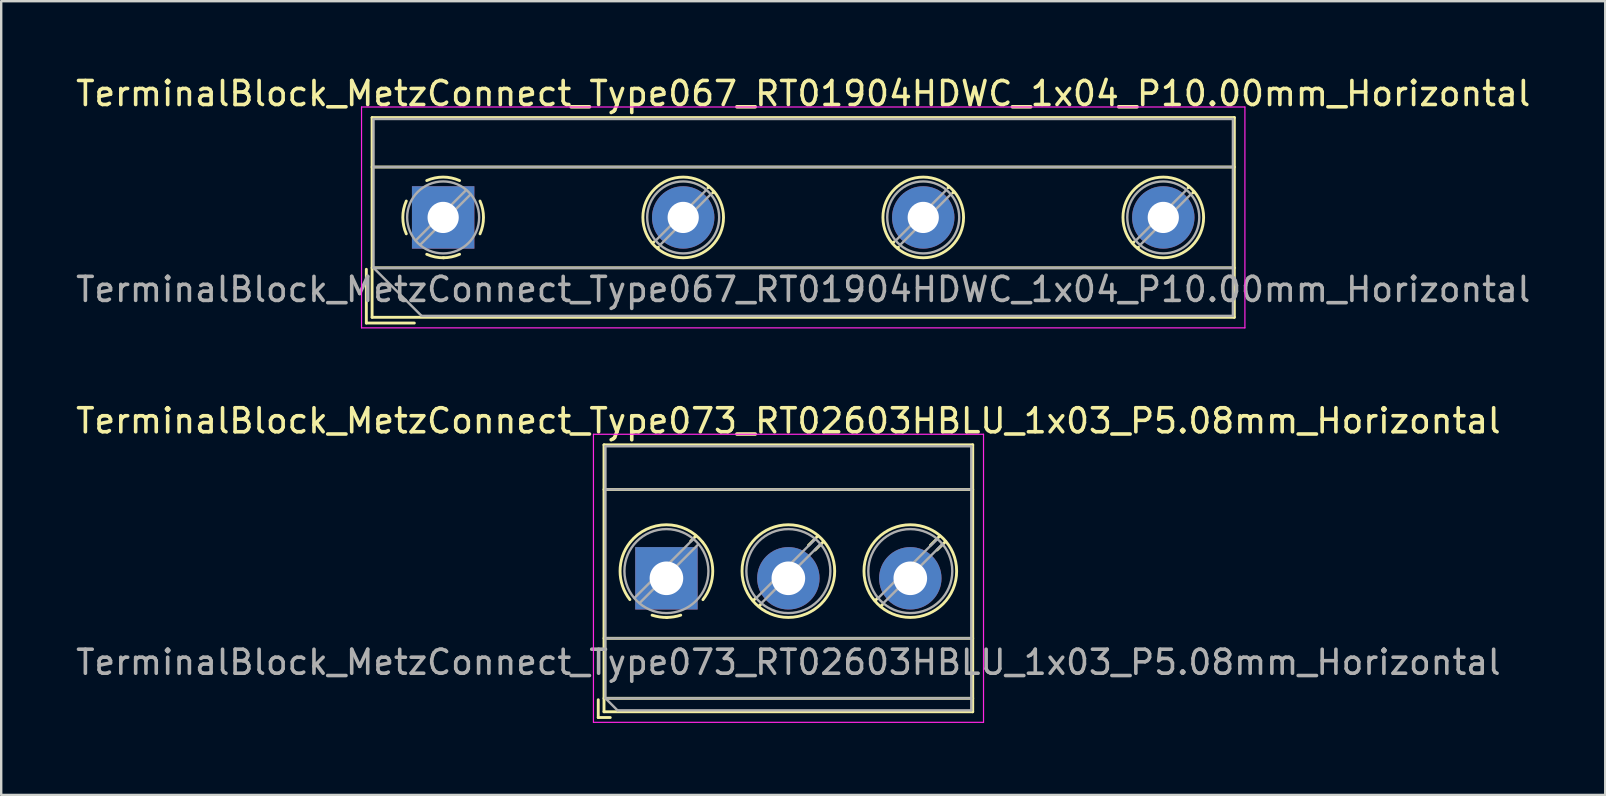
<source format=kicad_pcb>
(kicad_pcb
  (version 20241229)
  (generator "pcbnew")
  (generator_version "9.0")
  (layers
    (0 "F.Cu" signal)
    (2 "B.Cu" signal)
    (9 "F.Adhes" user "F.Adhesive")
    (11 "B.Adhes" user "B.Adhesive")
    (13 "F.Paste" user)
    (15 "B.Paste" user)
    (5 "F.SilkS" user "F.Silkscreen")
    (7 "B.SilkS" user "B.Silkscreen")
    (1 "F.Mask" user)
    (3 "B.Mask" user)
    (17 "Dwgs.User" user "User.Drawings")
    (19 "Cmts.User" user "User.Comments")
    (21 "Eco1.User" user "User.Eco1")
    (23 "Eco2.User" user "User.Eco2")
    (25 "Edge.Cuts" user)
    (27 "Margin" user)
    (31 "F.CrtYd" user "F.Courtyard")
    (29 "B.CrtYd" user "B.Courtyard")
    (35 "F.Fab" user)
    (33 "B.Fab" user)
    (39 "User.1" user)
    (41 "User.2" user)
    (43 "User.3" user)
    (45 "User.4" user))
  (footprint "TerminalBlock_MetzConnect_Type067_RT01904HDWC_1x04_P10.00mm_Horizontal"
    (layer "F.Cu")
    (at 15.411 6.008)
    (property "Reference" "TerminalBlock_MetzConnect_Type067_RT01904HDWC_1x04_P10.00mm_Horizontal" (at 15 -5.16 0) (layer "F.SilkS") (effects (font (size 1 1) (thickness 0.15))))
    (attr through_hole)
    (fp_line (start -3.2 2.16) (end -3.2 4.4) (stroke (width 0.12) (type solid)) (layer "F.SilkS"))
    (fp_line (start -3.2 4.4) (end -1.2 4.4) (stroke (width 0.12) (type solid)) (layer "F.SilkS"))
    (fp_line (start -2.96 -4.16) (end -2.96 4.16) (stroke (width 0.12) (type solid)) (layer "F.SilkS"))
    (fp_line (start -2.96 -4.16) (end 32.96 -4.16) (stroke (width 0.12) (type solid)) (layer "F.SilkS"))
    (fp_line (start -2.96 -2.1) (end 32.96 -2.1) (stroke (width 0.12) (type solid)) (layer "F.SilkS"))
    (fp_line (start -2.96 2.1) (end 32.96 2.1) (stroke (width 0.12) (type solid)) (layer "F.SilkS"))
    (fp_line (start -2.96 4.16) (end 32.96 4.16) (stroke (width 0.12) (type solid)) (layer "F.SilkS"))
    (fp_line (start 8.773 1.023) (end 8.726 1.069) (stroke (width 0.12) (type solid)) (layer "F.SilkS"))
    (fp_line (start 8.966 1.239) (end 8.931 1.274) (stroke (width 0.12) (type solid)) (layer "F.SilkS"))
    (fp_line (start 11.07 -1.275) (end 11.035 -1.239) (stroke (width 0.12) (type solid)) (layer "F.SilkS"))
    (fp_line (start 11.275 -1.069) (end 11.228 -1.023) (stroke (width 0.12) (type solid)) (layer "F.SilkS"))
    (fp_line (start 18.773 1.023) (end 18.726 1.069) (stroke (width 0.12) (type solid)) (layer "F.SilkS"))
    (fp_line (start 18.966 1.239) (end 18.931 1.274) (stroke (width 0.12) (type solid)) (layer "F.SilkS"))
    (fp_line (start 21.07 -1.275) (end 21.035 -1.239) (stroke (width 0.12) (type solid)) (layer "F.SilkS"))
    (fp_line (start 21.275 -1.069) (end 21.228 -1.023) (stroke (width 0.12) (type solid)) (layer "F.SilkS"))
    (fp_line (start 28.773 1.023) (end 28.726 1.069) (stroke (width 0.12) (type solid)) (layer "F.SilkS"))
    (fp_line (start 28.966 1.239) (end 28.931 1.274) (stroke (width 0.12) (type solid)) (layer "F.SilkS"))
    (fp_line (start 31.07 -1.275) (end 31.035 -1.239) (stroke (width 0.12) (type solid)) (layer "F.SilkS"))
    (fp_line (start 31.275 -1.069) (end 31.228 -1.023) (stroke (width 0.12) (type solid)) (layer "F.SilkS"))
    (fp_line (start 32.96 -4.16) (end 32.96 4.16) (stroke (width 0.12) (type solid)) (layer "F.SilkS"))
    (fp_arc (start -1.535427 0.683042) (mid -1.680501 -0.000524) (end -1.535 -0.684) (stroke (width 0.12) (type solid)) (layer "F.SilkS"))
    (fp_arc (start -0.683042 -1.535427) (mid 0.000524 -1.680501) (end 0.684 -1.535) (stroke (width 0.12) (type solid)) (layer "F.SilkS"))
    (fp_arc (start 0.028805 1.680253) (mid -0.335551 1.646659) (end -0.684 1.535) (stroke (width 0.12) (type solid)) (layer "F.SilkS"))
    (fp_arc (start 0.683318 1.534756) (mid 0.349292 1.643288) (end 0 1.68) (stroke (width 0.12) (type solid)) (layer "F.SilkS"))
    (fp_arc (start 1.535427 -0.683042) (mid 1.680501 0.000524) (end 1.535 0.684) (stroke (width 0.12) (type solid)) (layer "F.SilkS"))
    (fp_circle (center 10 0) (end 11.68 0) (stroke (width 0.12) (type solid)) (fill no) (layer "F.SilkS"))
    (fp_circle (center 20 0) (end 21.68 0) (stroke (width 0.12) (type solid)) (fill no) (layer "F.SilkS"))
    (fp_circle (center 30 0) (end 31.68 0) (stroke (width 0.12) (type solid)) (fill no) (layer "F.SilkS"))
    (fp_line (start -3.4 -4.6) (end -3.4 4.6) (stroke (width 0.05) (type solid)) (layer "F.CrtYd"))
    (fp_line (start -3.4 4.6) (end 33.4 4.6) (stroke (width 0.05) (type solid)) (layer "F.CrtYd"))
    (fp_line (start 33.4 -4.6) (end -3.4 -4.6) (stroke (width 0.05) (type solid)) (layer "F.CrtYd"))
    (fp_line (start 33.4 4.6) (end 33.4 -4.6) (stroke (width 0.05) (type solid)) (layer "F.CrtYd"))
    (fp_line (start -2.9 -4.1) (end 32.9 -4.1) (stroke (width 0.1) (type solid)) (layer "F.Fab"))
    (fp_line (start -2.9 -2.1) (end 32.9 -2.1) (stroke (width 0.1) (type solid)) (layer "F.Fab"))
    (fp_line (start -2.9 2.1) (end -2.9 -4.1) (stroke (width 0.1) (type solid)) (layer "F.Fab"))
    (fp_line (start -2.9 2.1) (end 32.9 2.1) (stroke (width 0.1) (type solid)) (layer "F.Fab"))
    (fp_line (start -0.9 4.1) (end -2.9 2.1) (stroke (width 0.1) (type solid)) (layer "F.Fab"))
    (fp_line (start 0.955 -1.138) (end -1.138 0.955) (stroke (width 0.1) (type solid)) (layer "F.Fab"))
    (fp_line (start 1.138 -0.955) (end -0.955 1.138) (stroke (width 0.1) (type solid)) (layer "F.Fab"))
    (fp_line (start 10.955 -1.138) (end 8.863 0.955) (stroke (width 0.1) (type solid)) (layer "F.Fab"))
    (fp_line (start 11.138 -0.955) (end 9.046 1.138) (stroke (width 0.1) (type solid)) (layer "F.Fab"))
    (fp_line (start 20.955 -1.138) (end 18.863 0.955) (stroke (width 0.1) (type solid)) (layer "F.Fab"))
    (fp_line (start 21.138 -0.955) (end 19.046 1.138) (stroke (width 0.1) (type solid)) (layer "F.Fab"))
    (fp_line (start 30.955 -1.138) (end 28.863 0.955) (stroke (width 0.1) (type solid)) (layer "F.Fab"))
    (fp_line (start 31.138 -0.955) (end 29.046 1.138) (stroke (width 0.1) (type solid)) (layer "F.Fab"))
    (fp_line (start 32.9 -4.1) (end 32.9 4.1) (stroke (width 0.1) (type solid)) (layer "F.Fab"))
    (fp_line (start 32.9 4.1) (end -0.9 4.1) (stroke (width 0.1) (type solid)) (layer "F.Fab"))
    (fp_circle (center 0 0) (end 1.5 0) (stroke (width 0.1) (type solid)) (fill no) (layer "F.Fab"))
    (fp_circle (center 10 0) (end 11.5 0) (stroke (width 0.1) (type solid)) (fill no) (layer "F.Fab"))
    (fp_circle (center 20 0) (end 21.5 0) (stroke (width 0.1) (type solid)) (fill no) (layer "F.Fab"))
    (fp_circle (center 30 0) (end 31.5 0) (stroke (width 0.1) (type solid)) (fill no) (layer "F.Fab"))
    (fp_text user "${REFERENCE}" (at 15 3 0) (layer "F.Fab") (effects (font (size 1 1) (thickness 0.15))))
    (pad "1" thru_hole rect (at 0 0) (size 2.6 2.6) (drill 1.3) (layers "*.Cu" "*.Mask"))
    (pad "2" thru_hole circle (at 10 0) (size 2.6 2.6) (drill 1.3) (layers "*.Cu" "*.Mask"))
    (pad "3" thru_hole circle (at 20 0) (size 2.6 2.6) (drill 1.3) (layers "*.Cu" "*.Mask"))
    (pad "4" thru_hole circle (at 30 0) (size 2.6 2.6) (drill 1.3) (layers "*.Cu" "*.Mask")))
  (footprint "TerminalBlock_MetzConnect_Type073_RT02603HBLU_1x03_P5.08mm_Horizontal"
    (layer "F.Cu")
    (at 24.712 21.041)
    (property "Reference" "TerminalBlock_MetzConnect_Type073_RT02603HBLU_1x03_P5.08mm_Horizontal" (at 5.08 -6.56 0) (layer "F.SilkS") (effects (font (size 1 1) (thickness 0.15))))
    (attr through_hole)
    (fp_line (start -2.84 5.06) (end -2.84 5.8) (stroke (width 0.12) (type solid)) (layer "F.SilkS"))
    (fp_line (start -2.84 5.8) (end -2.34 5.8) (stroke (width 0.12) (type solid)) (layer "F.SilkS"))
    (fp_line (start -2.6 -5.56) (end -2.6 5.56) (stroke (width 0.12) (type solid)) (layer "F.SilkS"))
    (fp_line (start -2.6 -5.56) (end 12.76 -5.56) (stroke (width 0.12) (type solid)) (layer "F.SilkS"))
    (fp_line (start -2.6 -3.7) (end 12.76 -3.7) (stroke (width 0.12) (type solid)) (layer "F.SilkS"))
    (fp_line (start -2.6 2.5) (end 12.76 2.5) (stroke (width 0.12) (type solid)) (layer "F.SilkS"))
    (fp_line (start -2.6 5) (end 12.76 5) (stroke (width 0.12) (type solid)) (layer "F.SilkS"))
    (fp_line (start -2.6 5.56) (end 12.76 5.56) (stroke (width 0.12) (type solid)) (layer "F.SilkS"))
    (fp_line (start 1.229 -1.764) (end 1.013 -1.549) (stroke (width 0.12) (type solid)) (layer "F.SilkS"))
    (fp_line (start 3.724 0.821) (end 3.617 0.928) (stroke (width 0.12) (type solid)) (layer "F.SilkS"))
    (fp_line (start 3.933 1.083) (end 3.852 1.164) (stroke (width 0.12) (type solid)) (layer "F.SilkS"))
    (fp_line (start 6.309 -1.764) (end 5.918 -1.374) (stroke (width 0.12) (type solid)) (layer "F.SilkS"))
    (fp_line (start 6.544 -1.529) (end 6.194 -1.179) (stroke (width 0.12) (type solid)) (layer "F.SilkS"))
    (fp_line (start 8.804 0.821) (end 8.697 0.928) (stroke (width 0.12) (type solid)) (layer "F.SilkS"))
    (fp_line (start 9.013 1.083) (end 8.932 1.164) (stroke (width 0.12) (type solid)) (layer "F.SilkS"))
    (fp_line (start 11.389 -1.764) (end 10.998 -1.374) (stroke (width 0.12) (type solid)) (layer "F.SilkS"))
    (fp_line (start 11.624 -1.529) (end 11.274 -1.179) (stroke (width 0.12) (type solid)) (layer "F.SilkS"))
    (fp_line (start 12.76 -5.56) (end 12.76 5.56) (stroke (width 0.12) (type solid)) (layer "F.SilkS"))
    (fp_arc (start -1.521645 0.888175) (mid -1.930586 -0.300524) (end -1.521 -1.489) (stroke (width 0.12) (type solid)) (layer "F.SilkS"))
    (fp_arc (start -1.500317 -1.514609) (mid -0.000252 -2.230344) (end 1.5 -1.515) (stroke (width 0.12) (type solid)) (layer "F.SilkS"))
    (fp_arc (start 0.033269 1.630336) (mid -0.285785 1.609354) (end -0.597 1.536) (stroke (width 0.12) (type solid)) (layer "F.SilkS"))
    (fp_arc (start 0.596403 1.535539) (mid 0.301919 1.606238) (end 0 1.63) (stroke (width 0.12) (type solid)) (layer "F.SilkS"))
    (fp_arc (start 1.521645 -1.488175) (mid 1.930586 -0.299476) (end 1.521 0.889) (stroke (width 0.12) (type solid)) (layer "F.SilkS"))
    (fp_arc (start 5.08 1.63) (mid 5.08 -2.23) (end 5.08 1.63) (stroke (width 0.12) (type solid)) (layer "F.SilkS"))
    (fp_arc (start 10.16 1.63) (mid 10.16 -2.23) (end 10.16 1.63) (stroke (width 0.12) (type solid)) (layer "F.SilkS"))
    (fp_line (start -3.04 -6) (end -3.04 6) (stroke (width 0.05) (type solid)) (layer "F.CrtYd"))
    (fp_line (start -3.04 6) (end 13.21 6) (stroke (width 0.05) (type solid)) (layer "F.CrtYd"))
    (fp_line (start 13.21 -6) (end -3.04 -6) (stroke (width 0.05) (type solid)) (layer "F.CrtYd"))
    (fp_line (start 13.21 6) (end 13.21 -6) (stroke (width 0.05) (type solid)) (layer "F.CrtYd"))
    (fp_line (start -2.54 -5.5) (end 12.7 -5.5) (stroke (width 0.1) (type solid)) (layer "F.Fab"))
    (fp_line (start -2.54 -3.7) (end 12.7 -3.7) (stroke (width 0.1) (type solid)) (layer "F.Fab"))
    (fp_line (start -2.54 2.5) (end 12.7 2.5) (stroke (width 0.1) (type solid)) (layer "F.Fab"))
    (fp_line (start -2.54 5) (end -2.54 -5.5) (stroke (width 0.1) (type solid)) (layer "F.Fab"))
    (fp_line (start -2.54 5) (end 12.7 5) (stroke (width 0.1) (type solid)) (layer "F.Fab"))
    (fp_line (start -2.04 5.5) (end -2.54 5) (stroke (width 0.1) (type solid)) (layer "F.Fab"))
    (fp_line (start 1.114 -1.628) (end -1.328 0.814) (stroke (width 0.1) (type solid)) (layer "F.Fab"))
    (fp_line (start 1.328 -1.414) (end -1.114 1.027) (stroke (width 0.1) (type solid)) (layer "F.Fab"))
    (fp_line (start 6.194 -1.628) (end 3.753 0.814) (stroke (width 0.1) (type solid)) (layer "F.Fab"))
    (fp_line (start 6.408 -1.414) (end 3.967 1.027) (stroke (width 0.1) (type solid)) (layer "F.Fab"))
    (fp_line (start 11.274 -1.628) (end 8.833 0.814) (stroke (width 0.1) (type solid)) (layer "F.Fab"))
    (fp_line (start 11.488 -1.414) (end 9.047 1.027) (stroke (width 0.1) (type solid)) (layer "F.Fab"))
    (fp_line (start 12.7 -5.5) (end 12.7 5.5) (stroke (width 0.1) (type solid)) (layer "F.Fab"))
    (fp_line (start 12.7 5.5) (end -2.04 5.5) (stroke (width 0.1) (type solid)) (layer "F.Fab"))
    (fp_circle (center 0 -0.3) (end 1.75 -0.3) (stroke (width 0.1) (type solid)) (fill no) (layer "F.Fab"))
    (fp_circle (center 5.08 -0.3) (end 6.83 -0.3) (stroke (width 0.1) (type solid)) (fill no) (layer "F.Fab"))
    (fp_circle (center 10.16 -0.3) (end 11.91 -0.3) (stroke (width 0.1) (type solid)) (fill no) (layer "F.Fab"))
    (fp_text user "${REFERENCE}" (at 5.08 3.5 0) (layer "F.Fab") (effects (font (size 1 1) (thickness 0.15))))
    (pad "1" thru_hole rect (at 0 0) (size 2.6 2.6) (drill 1.4) (layers "*.Cu" "*.Mask"))
    (pad "2" thru_hole circle (at 5.08 0) (size 2.6 2.6) (drill 1.4) (layers "*.Cu" "*.Mask"))
    (pad "3" thru_hole circle (at 10.16 0) (size 2.6 2.6) (drill 1.4) (layers "*.Cu" "*.Mask")))
  (gr_rect
    (start -3 -3)
    (end 63.821 30.067)
    (stroke (width 0.1) (type default))
    (fill no)
    (layer "Edge.Cuts")))
</source>
